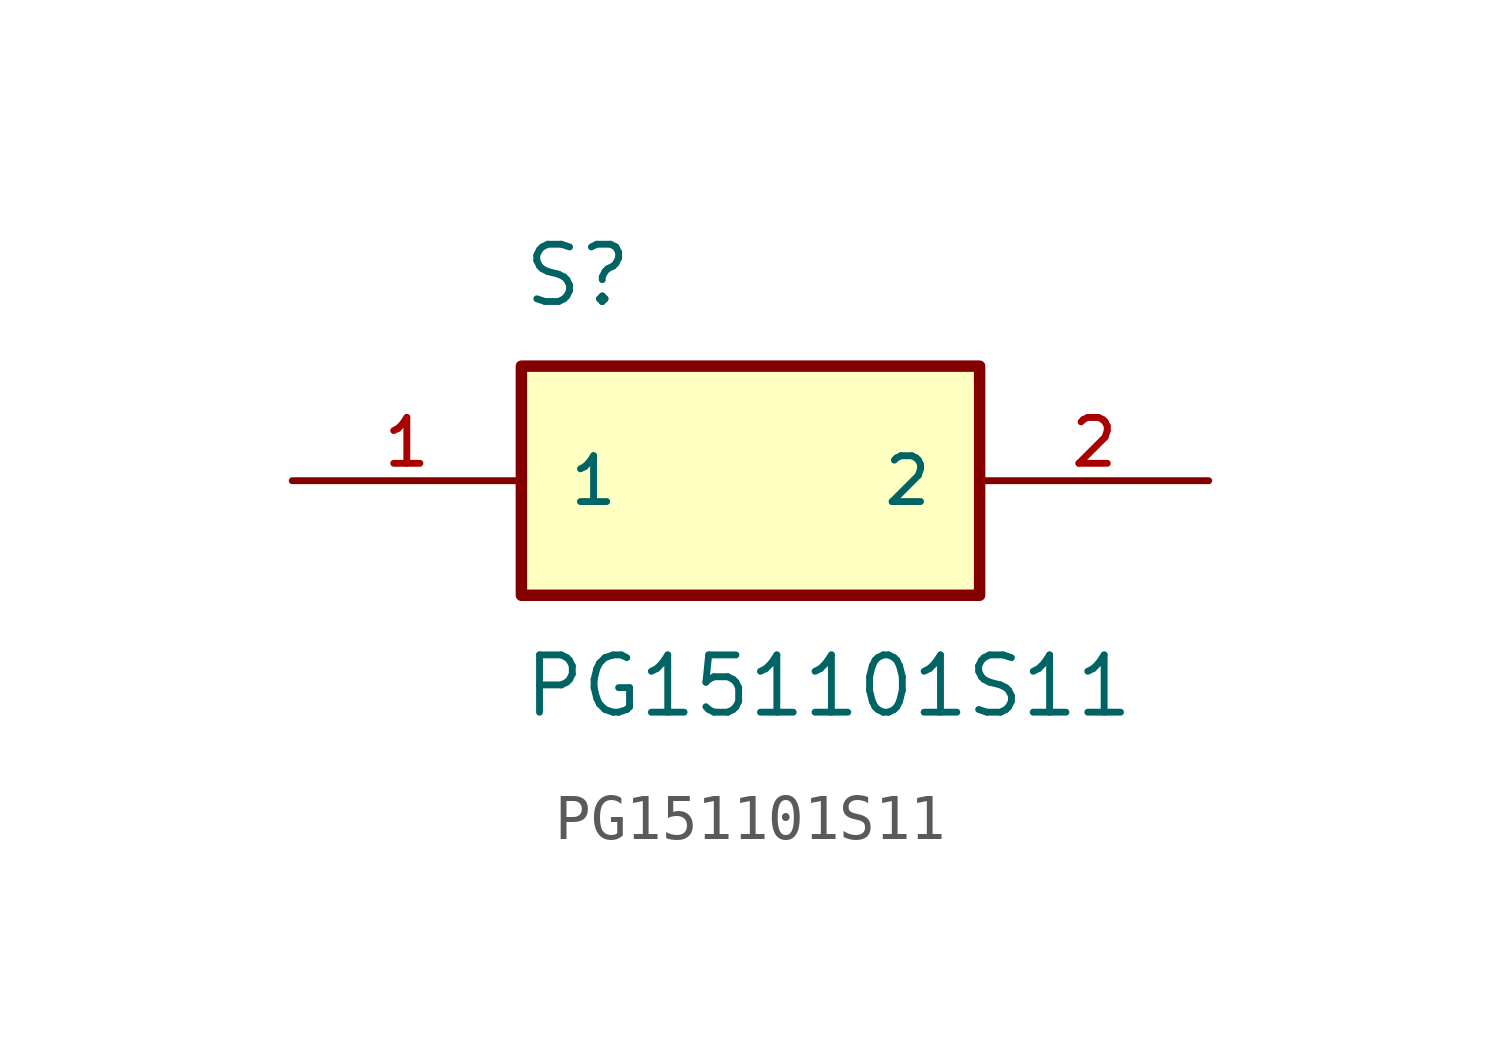
<source format=kicad_sym>
(kicad_symbol_lib
  (version 20211014)
  (generator kicad_symbol_editor)
  (symbol "PG151101S11"
    (pin_names
      (offset 1.016))
    (property "Reference" "S"
      (at -5.08 3.81 0)
      (effects (font (size 1.27 1.27)) (justify bottom left)))
    (property "Value" "PG151101S11"
      (at -5.08 -3.81 0)
      (effects (font (size 1.27 1.27)) (justify top left)))
    (symbol "PG151101S11_0_0"
      (rectangle (start -5.08 -2.54) (end 5.08 2.54) (stroke (width 0.254)) (fill (type background)))
      (pin passive line (at -10.16 0.0 0) (length 5.08) (name "1" (effects (font (size 1.016 1.016)))) (number "1" (effects (font (size 1.016 1.016)))))
      (pin passive line (at 10.16 0.0 180.0) (length 5.08) (name "2" (effects (font (size 1.016 1.016)))) (number "2" (effects (font (size 1.016 1.016))))))))
</source>
